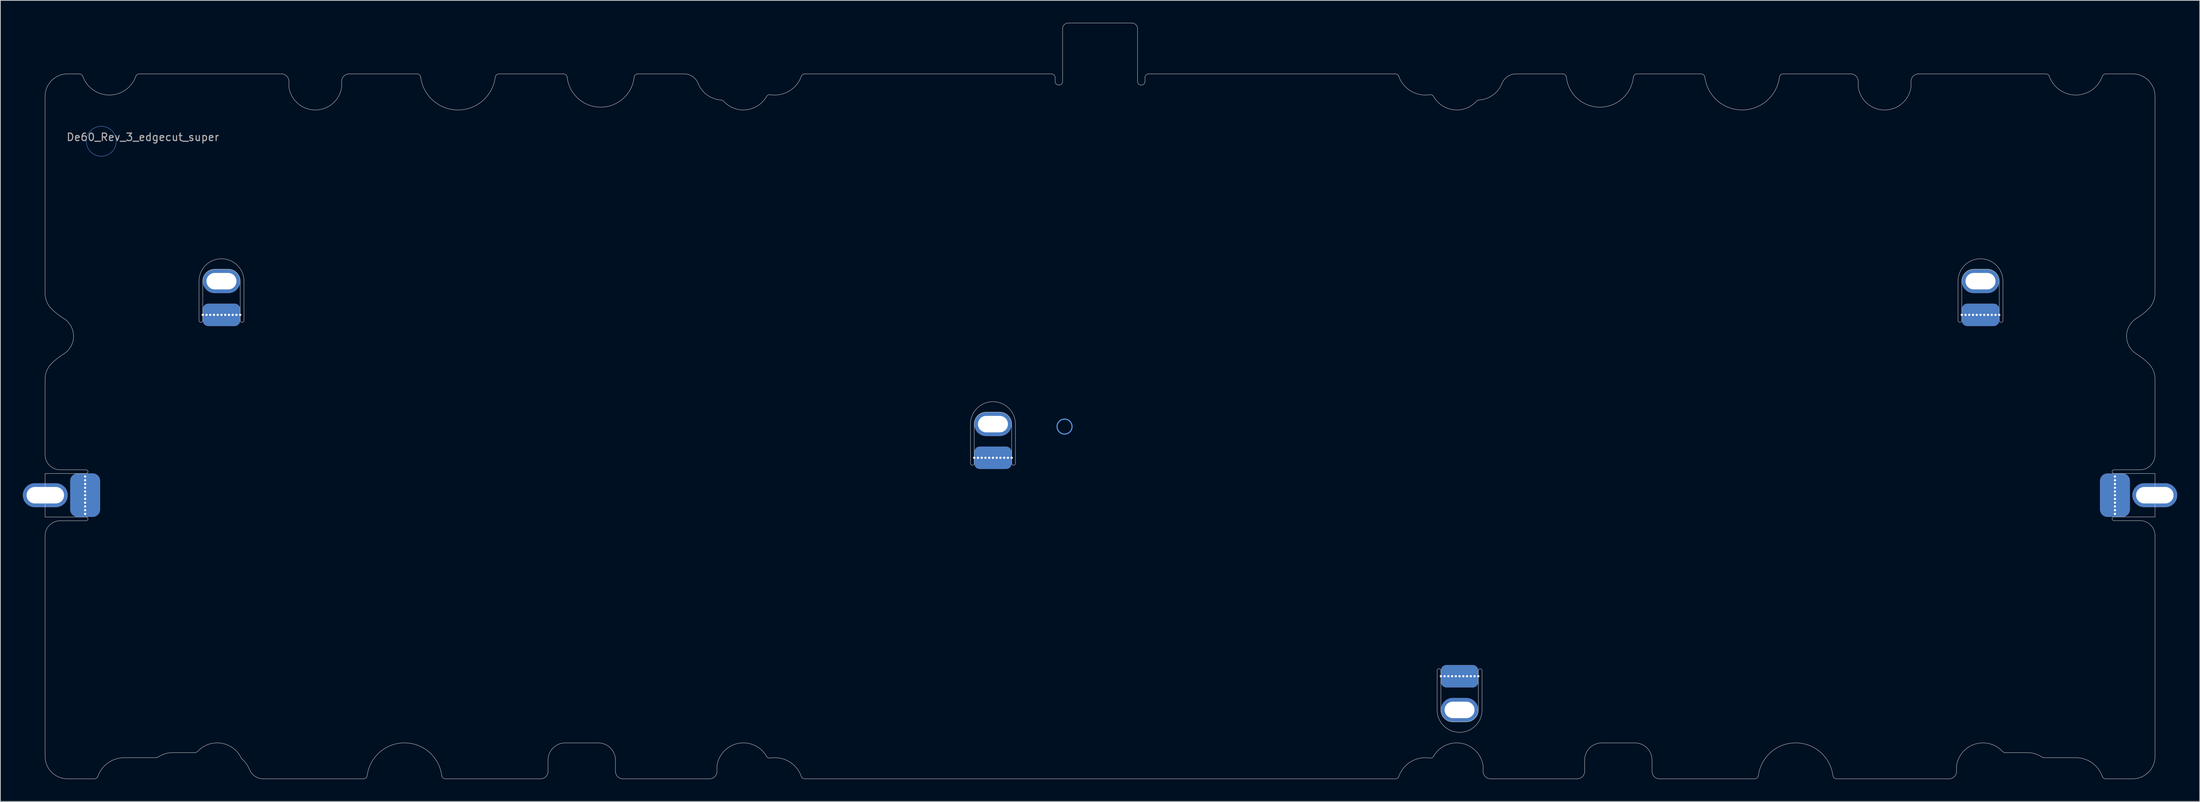
<source format=kicad_pcb>
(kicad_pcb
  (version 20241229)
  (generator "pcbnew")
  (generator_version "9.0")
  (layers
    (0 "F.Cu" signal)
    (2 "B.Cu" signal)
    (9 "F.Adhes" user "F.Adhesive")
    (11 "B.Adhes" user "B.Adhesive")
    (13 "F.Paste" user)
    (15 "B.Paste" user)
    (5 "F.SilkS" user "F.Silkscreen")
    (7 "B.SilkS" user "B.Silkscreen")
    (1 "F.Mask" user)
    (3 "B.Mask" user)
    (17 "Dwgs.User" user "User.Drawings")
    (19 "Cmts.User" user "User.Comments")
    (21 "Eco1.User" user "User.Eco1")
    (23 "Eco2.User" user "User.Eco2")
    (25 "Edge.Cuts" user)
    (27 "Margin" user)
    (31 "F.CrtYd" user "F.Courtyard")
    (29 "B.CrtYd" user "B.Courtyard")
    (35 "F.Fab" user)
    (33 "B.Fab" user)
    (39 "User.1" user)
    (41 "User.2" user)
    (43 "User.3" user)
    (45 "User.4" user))
  (footprint "De60_Rev_3_edgecut_super"
    (layer "F.Cu")
    (at 10.47 15.825)
    (property "Reference" "De60_Rev_3_edgecut_super" (at 5.55 -0.55 0) (unlocked yes) (layer "F.Fab") (effects (font (size 1 1) (thickness 0.15))))
    (fp_circle (center 0 0) (end 2 0) (stroke (width 0.05) (type solid)) (fill no) (layer "Cmts.User"))
    (fp_circle (center 128.61 38.13) (end 129.61 38.13) (stroke (width 0.15) (type default)) (fill no) (layer "Cmts.User"))
    (fp_line (start -7.5 -6) (end -7.5 20.298) (stroke (width 0.05) (type solid)) (layer "Edge.Cuts"))
    (fp_line (start -7.5 31.802) (end -7.5 41.9) (stroke (width 0.05) (type solid)) (layer "Edge.Cuts"))
    (fp_line (start -7.5 44.4) (end -7.5 50.216) (stroke (width 0.05) (type solid)) (layer "Edge.Cuts"))
    (fp_line (start -7.5 52.716) (end -7.5 82.2) (stroke (width 0.05) (type solid)) (layer "Edge.Cuts"))
    (fp_line (start -5.5 43.9) (end -2.025 43.9) (stroke (width 0.05) (type solid)) (layer "Edge.Cuts"))
    (fp_line (start -4.5 -9) (end -2.929 -9) (stroke (width 0.05) (type solid)) (layer "Edge.Cuts"))
    (fp_line (start -2.025 44.4) (end -7.5 44.4) (stroke (width 0.05) (type solid)) (layer "Edge.Cuts"))
    (fp_line (start -2.025 50.216) (end -7.5 50.216) (stroke (width 0.05) (type solid)) (layer "Edge.Cuts"))
    (fp_line (start -2.025 50.716) (end -5.5 50.716) (stroke (width 0.05) (type solid)) (layer "Edge.Cuts"))
    (fp_line (start -0.929 85.2) (end -4.5 85.2) (stroke (width 0.05) (type solid)) (layer "Edge.Cuts"))
    (fp_line (start 5.079 -9) (end 24.053 -9) (stroke (width 0.05) (type solid)) (layer "Edge.Cuts"))
    (fp_line (start 7.31 82.375) (end 3.075 82.375) (stroke (width 0.05) (type solid)) (layer "Edge.Cuts"))
    (fp_line (start 12.499 81.7) (end 9.549 81.7) (stroke (width 0.05) (type solid)) (layer "Edge.Cuts"))
    (fp_line (start 13.05 23.95) (end 13.05 18.703) (stroke (width 0.05) (type default)) (layer "Edge.Cuts"))
    (fp_line (start 13.55 18.7) (end 13.55 23.95) (stroke (width 0.05) (type default)) (layer "Edge.Cuts"))
    (fp_line (start 15.15 17.1) (end 16.95 17.1) (stroke (width 0.05) (type solid)) (layer "Edge.Cuts"))
    (fp_line (start 18.55 23.95) (end 18.55 18.7) (stroke (width 0.05) (type default)) (layer "Edge.Cuts"))
    (fp_line (start 19.05 18.703) (end 19.05 23.95) (stroke (width 0.05) (type default)) (layer "Edge.Cuts"))
    (fp_line (start 25.053 -8) (end 25.053 -7.25) (stroke (width 0.05) (type solid)) (layer "Edge.Cuts"))
    (fp_line (start 32.097 -8) (end 32.097 -7.25) (stroke (width 0.05) (type solid)) (layer "Edge.Cuts"))
    (fp_line (start 33.097 -9) (end 42.151 -9) (stroke (width 0.05) (type solid)) (layer "Edge.Cuts"))
    (fp_line (start 35.009 85.2) (end 21.639 85.2) (stroke (width 0.05) (type solid)) (layer "Edge.Cuts"))
    (fp_line (start 53.099 -9) (end 61.706 -9) (stroke (width 0.05) (type solid)) (layer "Edge.Cuts"))
    (fp_line (start 58.65 85.2) (end 45.953 85.2) (stroke (width 0.05) (type solid)) (layer "Edge.Cuts"))
    (fp_line (start 59.65 82.7) (end 59.65 84.2) (stroke (width 0.05) (type solid)) (layer "Edge.Cuts"))
    (fp_line (start 61.95 80.4) (end 66.35 80.4) (stroke (width 0.05) (type solid)) (layer "Edge.Cuts"))
    (fp_line (start 68.65 82.7) (end 68.65 84.2) (stroke (width 0.05) (type solid)) (layer "Edge.Cuts"))
    (fp_line (start 71.644 -9) (end 77.822 -9) (stroke (width 0.05) (type solid)) (layer "Edge.Cuts"))
    (fp_line (start 81.206 85.2) (end 69.65 85.2) (stroke (width 0.05) (type solid)) (layer "Edge.Cuts"))
    (fp_line (start 82.206 84.2) (end 82.206 83.466) (stroke (width 0.05) (type solid)) (layer "Edge.Cuts"))
    (fp_line (start 93.929 -9) (end 126.85 -9) (stroke (width 0.05) (type solid)) (layer "Edge.Cuts"))
    (fp_line (start 116.05 43.05) (end 116.05 37.803) (stroke (width 0.05) (type default)) (layer "Edge.Cuts"))
    (fp_line (start 116.55 37.8) (end 116.55 43.05) (stroke (width 0.05) (type default)) (layer "Edge.Cuts"))
    (fp_line (start 118.15 36.2) (end 119.95 36.2) (stroke (width 0.05) (type solid)) (layer "Edge.Cuts"))
    (fp_line (start 121.55 43.05) (end 121.55 37.8) (stroke (width 0.05) (type default)) (layer "Edge.Cuts"))
    (fp_line (start 122.05 37.803) (end 122.05 43.05) (stroke (width 0.05) (type default)) (layer "Edge.Cuts"))
    (fp_line (start 127.35 -8) (end 127.35 -8.5) (stroke (width 0.05) (type solid)) (layer "Edge.Cuts"))
    (fp_line (start 128.35 -15.039) (end 128.35 -9) (stroke (width 0.05) (type solid)) (layer "Edge.Cuts"))
    (fp_line (start 128.35 -9) (end 128.35 -8) (stroke (width 0.05) (type solid)) (layer "Edge.Cuts"))
    (fp_line (start 137.589 -15.8) (end 129.111 -15.8) (stroke (width 0.05) (type solid)) (layer "Edge.Cuts"))
    (fp_line (start 138.35 -15.039) (end 138.35 -9) (stroke (width 0.05) (type solid)) (layer "Edge.Cuts"))
    (fp_line (start 138.35 -9) (end 138.35 -8) (stroke (width 0.05) (type solid)) (layer "Edge.Cuts"))
    (fp_line (start 139.35 -8) (end 139.35 -8.5) (stroke (width 0.05) (type solid)) (layer "Edge.Cuts"))
    (fp_line (start 139.85 -9) (end 172.771 -9) (stroke (width 0.05) (type solid)) (layer "Edge.Cuts"))
    (fp_line (start 172.771 85.2) (end 93.929 85.2) (stroke (width 0.05) (type solid)) (layer "Edge.Cuts"))
    (fp_line (start 178.35 75.988) (end 178.35 70.742) (stroke (width 0.05) (type default)) (layer "Edge.Cuts"))
    (fp_line (start 178.85 70.742) (end 178.85 75.991) (stroke (width 0.05) (type default)) (layer "Edge.Cuts"))
    (fp_line (start 182.25 77.591) (end 180.45 77.591) (stroke (width 0.05) (type solid)) (layer "Edge.Cuts"))
    (fp_line (start 183.85 75.991) (end 183.85 70.742) (stroke (width 0.05) (type default)) (layer "Edge.Cuts"))
    (fp_line (start 184.35 70.742) (end 184.35 75.988) (stroke (width 0.05) (type default)) (layer "Edge.Cuts"))
    (fp_line (start 184.493 84.2) (end 184.493 83.466) (stroke (width 0.05) (type solid)) (layer "Edge.Cuts"))
    (fp_line (start 188.878 -9) (end 195.113 -9) (stroke (width 0.05) (type solid)) (layer "Edge.Cuts"))
    (fp_line (start 197.05 85.2) (end 185.493 85.2) (stroke (width 0.05) (type solid)) (layer "Edge.Cuts"))
    (fp_line (start 198.05 82.7) (end 198.05 84.2) (stroke (width 0.05) (type solid)) (layer "Edge.Cuts"))
    (fp_line (start 204.75 80.4) (end 200.35 80.4) (stroke (width 0.05) (type solid)) (layer "Edge.Cuts"))
    (fp_line (start 205.051 -9) (end 213.601 -9) (stroke (width 0.05) (type solid)) (layer "Edge.Cuts"))
    (fp_line (start 207.05 82.7) (end 207.05 84.2) (stroke (width 0.05) (type solid)) (layer "Edge.Cuts"))
    (fp_line (start 220.747 85.2) (end 208.05 85.2) (stroke (width 0.05) (type solid)) (layer "Edge.Cuts"))
    (fp_line (start 224.549 -9) (end 233.577 -9) (stroke (width 0.05) (type solid)) (layer "Edge.Cuts"))
    (fp_line (start 234.577 -8) (end 234.577 -7.25) (stroke (width 0.05) (type solid)) (layer "Edge.Cuts"))
    (fp_line (start 241.621 -8) (end 241.621 -7.25) (stroke (width 0.05) (type solid)) (layer "Edge.Cuts"))
    (fp_line (start 242.621 -9) (end 259.621 -9) (stroke (width 0.05) (type solid)) (layer "Edge.Cuts"))
    (fp_line (start 246.7 85.2) (end 231.691 85.2) (stroke (width 0.05) (type solid)) (layer "Edge.Cuts"))
    (fp_line (start 247.7 84.2) (end 247.7 83.466) (stroke (width 0.05) (type solid)) (layer "Edge.Cuts"))
    (fp_line (start 247.9 23.95) (end 247.9 18.703) (stroke (width 0.05) (type default)) (layer "Edge.Cuts"))
    (fp_line (start 248.4 18.7) (end 248.4 23.95) (stroke (width 0.05) (type default)) (layer "Edge.Cuts"))
    (fp_line (start 250 17.1) (end 251.8 17.1) (stroke (width 0.05) (type solid)) (layer "Edge.Cuts"))
    (fp_line (start 253.4 23.95) (end 253.4 18.7) (stroke (width 0.05) (type default)) (layer "Edge.Cuts"))
    (fp_line (start 253.9 18.703) (end 253.9 23.95) (stroke (width 0.05) (type default)) (layer "Edge.Cuts"))
    (fp_line (start 257.149 81.7) (end 254.201 81.7) (stroke (width 0.05) (type solid)) (layer "Edge.Cuts"))
    (fp_line (start 259.389 82.375) (end 263.625 82.375) (stroke (width 0.05) (type default)) (layer "Edge.Cuts"))
    (fp_line (start 267.629 -9) (end 271.2 -9) (stroke (width 0.05) (type solid)) (layer "Edge.Cuts"))
    (fp_line (start 268.725 43.9) (end 272.2 43.9) (stroke (width 0.05) (type solid)) (layer "Edge.Cuts"))
    (fp_line (start 268.725 44.4) (end 274.2 44.4) (stroke (width 0.05) (type solid)) (layer "Edge.Cuts"))
    (fp_line (start 268.725 50.2) (end 274.2 50.2) (stroke (width 0.05) (type solid)) (layer "Edge.Cuts"))
    (fp_line (start 271.2 85.2) (end 267.629 85.2) (stroke (width 0.05) (type solid)) (layer "Edge.Cuts"))
    (fp_line (start 272.2 50.7) (end 268.725 50.7) (stroke (width 0.05) (type solid)) (layer "Edge.Cuts"))
    (fp_line (start 274.2 -6) (end 274.2 20.298) (stroke (width 0.05) (type solid)) (layer "Edge.Cuts"))
    (fp_line (start 274.2 31.802) (end 274.2 41.9) (stroke (width 0.05) (type solid)) (layer "Edge.Cuts"))
    (fp_line (start 274.2 44.4) (end 274.2 50.2) (stroke (width 0.05) (type solid)) (layer "Edge.Cuts"))
    (fp_line (start 274.2 52.7) (end 274.2 82.2) (stroke (width 0.05) (type solid)) (layer "Edge.Cuts"))
    (fp_arc (start -7.5 -5.999999) (mid -6.62132 -8.121318) (end -4.5 -8.999999) (stroke (width 0.05) (type solid)) (layer "Edge.Cuts"))
    (fp_arc (start -7.5 31.801807) (mid -7.25958 30.625123) (end -6.576923 29.636999) (stroke (width 0.05) (type solid)) (layer "Edge.Cuts"))
    (fp_arc (start -7.5 52.715783) (mid -6.914214 51.301569) (end -5.5 50.715783) (stroke (width 0.05) (type solid)) (layer "Edge.Cuts"))
    (fp_arc (start -6.576923 22.463001) (mid -7.259601 21.474891) (end -7.5 20.298194) (stroke (width 0.05) (type solid)) (layer "Edge.Cuts"))
    (fp_arc (start -6.576923 29.636999) (mid -5.830096 28.991556) (end -5.020325 28.427092) (stroke (width 0.05) (type solid)) (layer "Edge.Cuts"))
    (fp_arc (start -5.5 43.900264) (mid -6.914214 43.314478) (end -7.5 41.900264) (stroke (width 0.05) (type solid)) (layer "Edge.Cuts"))
    (fp_arc (start -5.020325 23.672909) (mid -5.830093 23.108442) (end -6.576923 22.463001) (stroke (width 0.05) (type solid)) (layer "Edge.Cuts"))
    (fp_arc (start -5.020325 23.672909) (mid -3.699998 26.050002) (end -5.020325 28.427092) (stroke (width 0.05) (type solid)) (layer "Edge.Cuts"))
    (fp_arc (start -4.5 85.200002) (mid -6.62132 84.321322) (end -7.5 82.200002) (stroke (width 0.05) (type solid)) (layer "Edge.Cuts"))
    (fp_arc (start -2.92938 -8.999999) (mid -2.641144 -8.908568) (end -2.458339 -8.66769) (stroke (width 0.05) (type solid)) (layer "Edge.Cuts"))
    (fp_arc (start -2.02493 43.900264) (mid -1.84817 43.973495) (end -1.77493 44.150264) (stroke (width 0.05) (type solid)) (layer "Edge.Cuts"))
    (fp_arc (start -2.02493 50.215783) (mid -1.848177 50.289015) (end -1.77493 50.465783) (stroke (width 0.05) (type solid)) (layer "Edge.Cuts"))
    (fp_arc (start -1.77493 44.150264) (mid -1.848156 44.327041) (end -2.02493 44.400264) (stroke (width 0.05) (type solid)) (layer "Edge.Cuts"))
    (fp_arc (start -1.77493 50.465783) (mid -1.848163 50.642547) (end -2.02493 50.715783) (stroke (width 0.05) (type solid)) (layer "Edge.Cuts"))
    (fp_arc (start -0.458313 84.867853) (mid -0.64113 85.108618) (end -0.929297 85.200002) (stroke (width 0.05) (type solid)) (layer "Edge.Cuts"))
    (fp_arc (start -0.458313 84.867853) (mid 0.913097 83.061414) (end 3.074771 82.374997) (stroke (width 0.05) (type solid)) (layer "Edge.Cuts"))
    (fp_arc (start 4.608336 -8.66769) (mid 1.074999 -6.175) (end -2.458339 -8.66769) (stroke (width 0.05) (type solid)) (layer "Edge.Cuts"))
    (fp_arc (start 4.608336 -8.66769) (mid 4.791139 -8.908572) (end 5.079377 -8.999999) (stroke (width 0.05) (type solid)) (layer "Edge.Cuts"))
    (fp_arc (start 7.586237 82.291665) (mid 7.454189 82.353707) (end 7.309853 82.374997) (stroke (width 0.05) (type solid)) (layer "Edge.Cuts"))
    (fp_arc (start 7.586237 82.291665) (mid 8.523772 81.851134) (end 9.548565 81.700004) (stroke (width 0.05) (type solid)) (layer "Edge.Cuts"))
    (fp_arc (start 12.866044 81.539363) (mid 12.699248 81.658096) (end 12.498845 81.700004) (stroke (width 0.05) (type solid)) (layer "Edge.Cuts"))
    (fp_arc (start 12.866044 81.539363) (mid 15.99989 80.43561) (end 18.677433 82.402848) (stroke (width 0.05) (type solid)) (layer "Edge.Cuts"))
    (fp_arc (start 13.050003 18.703272) (mid 16.050002 15.700312) (end 19.05 18.703272) (stroke (width 0.05) (type solid)) (layer "Edge.Cuts"))
    (fp_arc (start 13.550002 18.700312) (mid 14.018614 17.568911) (end 15.150003 17.100311) (stroke (width 0.05) (type solid)) (layer "Edge.Cuts"))
    (fp_arc (start 13.550002 23.949708) (mid 13.300003 24.200312) (end 13.050003 23.949708) (stroke (width 0.05) (type solid)) (layer "Edge.Cuts"))
    (fp_arc (start 16.95 17.100311) (mid 18.081386 17.568939) (end 18.550002 18.700312) (stroke (width 0.05) (type solid)) (layer "Edge.Cuts"))
    (fp_arc (start 18.800818 82.563488) (mid 18.7309 82.489485) (end 18.677433 82.402848) (stroke (width 0.05) (type solid)) (layer "Edge.Cuts"))
    (fp_arc (start 18.800818 82.563488) (mid 19.374102 83.192645) (end 19.781427 83.940026) (stroke (width 0.05) (type solid)) (layer "Edge.Cuts"))
    (fp_arc (start 19.05 23.949708) (mid 18.800001 24.200312) (end 18.550002 23.949708) (stroke (width 0.05) (type solid)) (layer "Edge.Cuts"))
    (fp_arc (start 21.639481 85.200003) (mid 20.516972 84.855321) (end 19.781427 83.940026) (stroke (width 0.05) (type solid)) (layer "Edge.Cuts"))
    (fp_arc (start 24.052993 -8.999999) (mid 24.760055 -8.707088) (end 25.052993 -7.999999) (stroke (width 0.05) (type solid)) (layer "Edge.Cuts"))
    (fp_arc (start 32.097247 -7.999999) (mid 32.390123 -8.707138) (end 33.097247 -8.999999) (stroke (width 0.05) (type solid)) (layer "Edge.Cuts"))
    (fp_arc (start 32.097247 -7.249503) (mid 28.57512 -4.181) (end 25.052993 -7.249503) (stroke (width 0.05) (type solid)) (layer "Edge.Cuts"))
    (fp_arc (start 35.504695 84.764844) (mid 35.338733 85.075742) (end 35.008917 85.200003) (stroke (width 0.05) (type solid)) (layer "Edge.Cuts"))
    (fp_arc (start 35.504695 84.764844) (mid 40.480997 80.397) (end 45.457298 84.764844) (stroke (width 0.05) (type solid)) (layer "Edge.Cuts"))
    (fp_arc (start 42.151013 -8.999999) (mid 42.481407 -8.875302) (end 42.64698 -8.563377) (stroke (width 0.05) (type solid)) (layer "Edge.Cuts"))
    (fp_arc (start 45.953076 85.200003) (mid 45.623214 85.075796) (end 45.457298 84.764844) (stroke (width 0.05) (type solid)) (layer "Edge.Cuts"))
    (fp_arc (start 52.603023 -8.563377) (mid 47.625002 -4.181001) (end 42.64698 -8.563377) (stroke (width 0.05) (type solid)) (layer "Edge.Cuts"))
    (fp_arc (start 52.603023 -8.563377) (mid 52.768592 -8.875304) (end 53.09899 -8.999999) (stroke (width 0.05) (type solid)) (layer "Edge.Cuts"))
    (fp_arc (start 59.65 82.7) (mid 60.323635 81.073606) (end 61.95 80.4) (stroke (width 0.05) (type solid)) (layer "Edge.Cuts"))
    (fp_arc (start 59.65 84.200003) (mid 59.357092 84.907095) (end 58.65 85.200003) (stroke (width 0.05) (type solid)) (layer "Edge.Cuts"))
    (fp_arc (start 61.705971 -8.999999) (mid 62.039274 -8.872669) (end 62.202874 -8.555565) (stroke (width 0.05) (type solid)) (layer "Edge.Cuts"))
    (fp_arc (start 66.35 80.4) (mid 67.976297 81.073675) (end 68.65 82.7) (stroke (width 0.05) (type solid)) (layer "Edge.Cuts"))
    (fp_arc (start 69.65 85.200003) (mid 68.942908 84.907095) (end 68.65 84.200003) (stroke (width 0.05) (type solid)) (layer "Edge.Cuts"))
    (fp_arc (start 71.147125 -8.555565) (mid 66.675 -4.555658) (end 62.202874 -8.555565) (stroke (width 0.05) (type solid)) (layer "Edge.Cuts"))
    (fp_arc (start 71.147125 -8.555565) (mid 71.310712 -8.872658) (end 71.644028 -8.999999) (stroke (width 0.05) (type solid)) (layer "Edge.Cuts"))
    (fp_arc (start 77.822403 -8.999999) (mid 78.944653 -8.655504) (end 79.680219 -7.740621) (stroke (width 0.05) (type solid)) (layer "Edge.Cuts"))
    (fp_arc (start 82.206158 83.465504) (mid 85.048454 80.462597) (end 88.81005 82.179123) (stroke (width 0.05) (type solid)) (layer "Edge.Cuts"))
    (fp_arc (start 82.206158 84.200003) (mid 81.913248 84.90708) (end 81.206158 85.200003) (stroke (width 0.05) (type solid)) (layer "Edge.Cuts"))
    (fp_arc (start 82.754946 -5.509022) (mid 80.894549 -6.179732) (end 79.680219 -7.740621) (stroke (width 0.05) (type solid)) (layer "Edge.Cuts"))
    (fp_arc (start 82.754946 -5.509022) (mid 82.939828 -5.460521) (end 83.093011 -5.3462) (stroke (width 0.05) (type solid)) (layer "Edge.Cuts"))
    (fp_arc (start 88.814746 -5.976712) (mid 86.114661 -4.202393) (end 83.093011 -5.3462) (stroke (width 0.05) (type solid)) (layer "Edge.Cuts"))
    (fp_arc (start 88.814746 -5.976712) (mid 89.033276 -6.180232) (end 89.328825 -6.222847) (stroke (width 0.05) (type solid)) (layer "Edge.Cuts"))
    (fp_arc (start 89.32337 82.423292) (mid 89.028655 82.38123) (end 88.81005 82.179123) (stroke (width 0.05) (type solid)) (layer "Edge.Cuts"))
    (fp_arc (start 89.32337 82.423292) (mid 91.8332 82.897305) (end 93.458309 84.867852) (stroke (width 0.05) (type solid)) (layer "Edge.Cuts"))
    (fp_arc (start 93.45835 -8.667595) (mid 91.835952 -6.698023) (end 89.328825 -6.222847) (stroke (width 0.05) (type solid)) (layer "Edge.Cuts"))
    (fp_arc (start 93.45835 -8.667595) (mid 93.641141 -8.908563) (end 93.929425 -8.999999) (stroke (width 0.05) (type solid)) (layer "Edge.Cuts"))
    (fp_arc (start 93.929293 85.200003) (mid 93.641101 85.108634) (end 93.458309 84.867852) (stroke (width 0.05) (type solid)) (layer "Edge.Cuts"))
    (fp_arc (start 116.050002 37.803272) (mid 119.050001 34.800312) (end 122.049999 37.803272) (stroke (width 0.05) (type solid)) (layer "Edge.Cuts"))
    (fp_arc (start 116.550001 37.800312) (mid 117.018613 36.668911) (end 118.150002 36.200311) (stroke (width 0.05) (type solid)) (layer "Edge.Cuts"))
    (fp_arc (start 116.550001 43.049708) (mid 116.300002 43.300312) (end 116.050002 43.049708) (stroke (width 0.05) (type solid)) (layer "Edge.Cuts"))
    (fp_arc (start 119.949999 36.200311) (mid 121.081385 36.668939) (end 121.550001 37.800312) (stroke (width 0.05) (type solid)) (layer "Edge.Cuts"))
    (fp_arc (start 122.049999 43.049708) (mid 121.8 43.300312) (end 121.550001 43.049708) (stroke (width 0.05) (type solid)) (layer "Edge.Cuts"))
    (fp_arc (start 126.85 -8.999999) (mid 127.203504 -8.853532) (end 127.35 -8.499999) (stroke (width 0.05) (type solid)) (layer "Edge.Cuts"))
    (fp_arc (start 127.85 -7.499999) (mid 127.496397 -7.646425) (end 127.35 -7.999999) (stroke (width 0.05) (type solid)) (layer "Edge.Cuts"))
    (fp_arc (start 128.35 -15.0386) (mid 128.572989 -15.577039) (end 129.1114 -15.8) (stroke (width 0.05) (type solid)) (layer "Edge.Cuts"))
    (fp_arc (start 128.35 -7.999999) (mid 128.203539 -7.646459) (end 127.85 -7.499999) (stroke (width 0.05) (type solid)) (layer "Edge.Cuts"))
    (fp_arc (start 137.5886 -15.8) (mid 138.126942 -15.576971) (end 138.35 -15.0386) (stroke (width 0.05) (type solid)) (layer "Edge.Cuts"))
    (fp_arc (start 138.85 -7.499999) (mid 138.496397 -7.646425) (end 138.35 -7.999999) (stroke (width 0.05) (type solid)) (layer "Edge.Cuts"))
    (fp_arc (start 139.35 -8.499999) (mid 139.496433 -8.853566) (end 139.85 -8.999999) (stroke (width 0.05) (type solid)) (layer "Edge.Cuts"))
    (fp_arc (start 139.35 -7.999999) (mid 139.203539 -7.646459) (end 138.85 -7.499999) (stroke (width 0.05) (type solid)) (layer "Edge.Cuts"))
    (fp_arc (start 172.770575 -8.999999) (mid 173.058827 -8.908518) (end 173.24165 -8.667595) (stroke (width 0.05) (type solid)) (layer "Edge.Cuts"))
    (fp_arc (start 173.241691 84.867852) (mid 173.058855 85.108574) (end 172.770706 85.200003) (stroke (width 0.05) (type solid)) (layer "Edge.Cuts"))
    (fp_arc (start 173.241691 84.867852) (mid 174.866546 82.897389) (end 177.376113 82.423208) (stroke (width 0.05) (type solid)) (layer "Edge.Cuts"))
    (fp_arc (start 177.371951 -6.222972) (mid 174.86436 -6.697778) (end 173.24165 -8.667595) (stroke (width 0.05) (type solid)) (layer "Edge.Cuts"))
    (fp_arc (start 177.371951 -6.222972) (mid 177.667552 -6.18035) (end 177.886143 -5.976837) (stroke (width 0.05) (type solid)) (layer "Edge.Cuts"))
    (fp_arc (start 177.889358 82.17904) (mid 177.670803 82.381129) (end 177.376113 82.423208) (stroke (width 0.05) (type solid)) (layer "Edge.Cuts"))
    (fp_arc (start 177.889358 82.17904) (mid 181.650934 80.462626) (end 184.493202 83.465504) (stroke (width 0.05) (type solid)) (layer "Edge.Cuts"))
    (fp_arc (start 178.350001 70.741608) (mid 178.6 70.491004) (end 178.849999 70.741608) (stroke (width 0.05) (type solid)) (layer "Edge.Cuts"))
    (fp_arc (start 180.450001 77.591005) (mid 179.318615 77.122377) (end 178.849999 75.991004) (stroke (width 0.05) (type solid)) (layer "Edge.Cuts"))
    (fp_arc (start 183.608001 -5.346258) (mid 180.586261 -4.202386) (end 177.886143 -5.976837) (stroke (width 0.05) (type solid)) (layer "Edge.Cuts"))
    (fp_arc (start 183.608001 -5.346258) (mid 183.761124 -5.46057) (end 183.945947 -5.50908) (stroke (width 0.05) (type solid)) (layer "Edge.Cuts"))
    (fp_arc (start 183.849999 70.741608) (mid 184.099998 70.491004) (end 184.349998 70.741608) (stroke (width 0.05) (type solid)) (layer "Edge.Cuts"))
    (fp_arc (start 183.849999 75.991004) (mid 183.381387 77.122405) (end 182.249998 77.591005) (stroke (width 0.05) (type solid)) (layer "Edge.Cuts"))
    (fp_arc (start 184.349998 75.988044) (mid 181.349999 78.991004) (end 178.350001 75.988044) (stroke (width 0.05) (type solid)) (layer "Edge.Cuts"))
    (fp_arc (start 185.493202 85.200003) (mid 184.786109 84.907096) (end 184.493202 84.200003) (stroke (width 0.05) (type solid)) (layer "Edge.Cuts"))
    (fp_arc (start 187.019781 -7.740621) (mid 185.805817 -6.180005) (end 183.945947 -5.50908) (stroke (width 0.05) (type solid)) (layer "Edge.Cuts"))
    (fp_arc (start 187.019781 -7.740621) (mid 187.755372 -8.655484) (end 188.877597 -8.999999) (stroke (width 0.05) (type solid)) (layer "Edge.Cuts"))
    (fp_arc (start 195.113382 -8.999999) (mid 195.446678 -8.872665) (end 195.610285 -8.555565) (stroke (width 0.05) (type solid)) (layer "Edge.Cuts"))
    (fp_arc (start 198.05 82.7) (mid 198.723635 81.073606) (end 200.35 80.4) (stroke (width 0.05) (type solid)) (layer "Edge.Cuts"))
    (fp_arc (start 198.05 84.200003) (mid 197.757092 84.907095) (end 197.05 85.200003) (stroke (width 0.05) (type solid)) (layer "Edge.Cuts"))
    (fp_arc (start 204.554536 -8.555565) (mid 200.082411 -4.555658) (end 195.610285 -8.555565) (stroke (width 0.05) (type solid)) (layer "Edge.Cuts"))
    (fp_arc (start 204.554536 -8.555565) (mid 204.718124 -8.872654) (end 205.051439 -8.999999) (stroke (width 0.05) (type solid)) (layer "Edge.Cuts"))
    (fp_arc (start 204.75 80.4) (mid 206.376297 81.073675) (end 207.05 82.7) (stroke (width 0.05) (type solid)) (layer "Edge.Cuts"))
    (fp_arc (start 208.05 85.200003) (mid 207.342908 84.907095) (end 207.05 84.200003) (stroke (width 0.05) (type solid)) (layer "Edge.Cuts"))
    (fp_arc (start 213.60101 -8.999999) (mid 213.931406 -8.875303) (end 214.096977 -8.563377) (stroke (width 0.05) (type solid)) (layer "Edge.Cuts"))
    (fp_arc (start 221.242702 84.764844) (mid 221.076741 85.075744) (end 220.746924 85.200003) (stroke (width 0.05) (type solid)) (layer "Edge.Cuts"))
    (fp_arc (start 221.242702 84.764844) (mid 226.219004 80.397) (end 231.195305 84.764844) (stroke (width 0.05) (type solid)) (layer "Edge.Cuts"))
    (fp_arc (start 224.05302 -8.563377) (mid 219.074999 -4.181001) (end 214.096977 -8.563377) (stroke (width 0.05) (type solid)) (layer "Edge.Cuts"))
    (fp_arc (start 224.05302 -8.563377) (mid 224.218589 -8.875306) (end 224.548987 -8.999999) (stroke (width 0.05) (type solid)) (layer "Edge.Cuts"))
    (fp_arc (start 231.691083 85.200003) (mid 231.361217 85.075799) (end 231.195305 84.764844) (stroke (width 0.05) (type solid)) (layer "Edge.Cuts"))
    (fp_arc (start 233.576873 -8.999999) (mid 234.283948 -8.707095) (end 234.576873 -7.999999) (stroke (width 0.05) (type solid)) (layer "Edge.Cuts"))
    (fp_arc (start 241.621128 -7.999999) (mid 241.914003 -8.707145) (end 242.621128 -8.999999) (stroke (width 0.05) (type solid)) (layer "Edge.Cuts"))
    (fp_arc (start 241.621128 -7.249503) (mid 238.099001 -4.181001) (end 234.576873 -7.249503) (stroke (width 0.05) (type solid)) (layer "Edge.Cuts"))
    (fp_arc (start 247.699923 83.465504) (mid 250.156814 80.560314) (end 253.833446 81.539504) (stroke (width 0.05) (type solid)) (layer "Edge.Cuts"))
    (fp_arc (start 247.699923 84.200003) (mid 247.40701 84.907068) (end 246.699923 85.200003) (stroke (width 0.05) (type solid)) (layer "Edge.Cuts"))
    (fp_arc (start 247.900003 18.703272) (mid 250.900002 15.700312) (end 253.9 18.703272) (stroke (width 0.05) (type solid)) (layer "Edge.Cuts"))
    (fp_arc (start 248.400002 18.700312) (mid 248.868614 17.568911) (end 250.000003 17.100311) (stroke (width 0.05) (type solid)) (layer "Edge.Cuts"))
    (fp_arc (start 248.400002 23.949708) (mid 248.150003 24.200312) (end 247.900003 23.949708) (stroke (width 0.05) (type solid)) (layer "Edge.Cuts"))
    (fp_arc (start 251.8 17.100311) (mid 252.931386 17.568939) (end 253.400002 18.700312) (stroke (width 0.05) (type solid)) (layer "Edge.Cuts"))
    (fp_arc (start 253.9 23.949708) (mid 253.650001 24.200312) (end 253.400002 23.949708) (stroke (width 0.05) (type solid)) (layer "Edge.Cuts"))
    (fp_arc (start 254.200612 81.700164) (mid 254.000224 81.658236) (end 253.833446 81.539504) (stroke (width 0.05) (type solid)) (layer "Edge.Cuts"))
    (fp_arc (start 257.149119 81.700484) (mid 258.174512 81.851527) (end 259.112791 82.291843) (stroke (width 0.05) (type solid)) (layer "Edge.Cuts"))
    (fp_arc (start 259.388906 82.374997) (mid 259.24473 82.353744) (end 259.112791 82.291843) (stroke (width 0.05) (type solid)) (layer "Edge.Cuts"))
    (fp_arc (start 259.620623 -8.999999) (mid 259.908857 -8.908567) (end 260.091664 -8.66769) (stroke (width 0.05) (type solid)) (layer "Edge.Cuts"))
    (fp_arc (start 263.624994 82.374997) (mid 265.786791 83.061371) (end 267.158311 84.867866) (stroke (width 0.05) (type solid)) (layer "Edge.Cuts"))
    (fp_arc (start 267.158339 -8.66769) (mid 263.625002 -6.175) (end 260.091664 -8.66769) (stroke (width 0.05) (type solid)) (layer "Edge.Cuts"))
    (fp_arc (start 267.158339 -8.66769) (mid 267.341142 -8.908571) (end 267.62938 -8.999999) (stroke (width 0.05) (type solid)) (layer "Edge.Cuts"))
    (fp_arc (start 267.62929 85.200002) (mid 267.341106 85.108637) (end 267.158311 84.867866) (stroke (width 0.05) (type solid)) (layer "Edge.Cuts"))
    (fp_arc (start 268.47493 44.150264) (mid 268.548148 43.973473) (end 268.72493 43.900264) (stroke (width 0.05) (type solid)) (layer "Edge.Cuts"))
    (fp_arc (start 268.47493 50.449736) (mid 268.548158 50.272963) (end 268.72493 50.199736) (stroke (width 0.05) (type solid)) (layer "Edge.Cuts"))
    (fp_arc (start 268.72493 44.400264) (mid 268.548162 44.327034) (end 268.47493 44.150264) (stroke (width 0.05) (type solid)) (layer "Edge.Cuts"))
    (fp_arc (start 268.72493 50.699736) (mid 268.548172 50.626505) (end 268.47493 50.449736) (stroke (width 0.05) (type solid)) (layer "Edge.Cuts"))
    (fp_arc (start 271.2 -8.999999) (mid 273.321271 -8.121299) (end 274.2 -5.999999) (stroke (width 0.05) (type solid)) (layer "Edge.Cuts"))
    (fp_arc (start 271.720325 28.427092) (mid 270.399983 26.049978) (end 271.720325 23.672909) (stroke (width 0.05) (type solid)) (layer "Edge.Cuts"))
    (fp_arc (start 271.720325 28.427092) (mid 272.530095 28.991557) (end 273.276923 29.636999) (stroke (width 0.05) (type solid)) (layer "Edge.Cuts"))
    (fp_arc (start 272.2 50.699736) (mid 273.614187 51.285539) (end 274.2 52.699736) (stroke (width 0.05) (type solid)) (layer "Edge.Cuts"))
    (fp_arc (start 273.276923 22.463001) (mid 272.530096 23.108446) (end 271.720325 23.672909) (stroke (width 0.05) (type solid)) (layer "Edge.Cuts"))
    (fp_arc (start 273.276923 29.636999) (mid 273.959625 30.625104) (end 274.2 31.801807) (stroke (width 0.05) (type solid)) (layer "Edge.Cuts"))
    (fp_arc (start 274.2 20.298194) (mid 273.959582 21.474879) (end 273.276923 22.463001) (stroke (width 0.05) (type solid)) (layer "Edge.Cuts"))
    (fp_arc (start 274.2 41.900264) (mid 273.614213 43.314488) (end 272.2 43.900264) (stroke (width 0.05) (type solid)) (layer "Edge.Cuts"))
    (fp_arc (start 274.2 82.200002) (mid 273.321306 84.321308) (end 271.2 85.200002) (stroke (width 0.05) (type solid)) (layer "Edge.Cuts"))
    (fp_line (start -2.15 49.8) (end -2.15 44.8) (stroke (width 0.12) (type solid)) (layer "User.2"))
    (fp_line (start 13.55 23.2) (end 18.55 23.2) (stroke (width 0.12) (type solid)) (layer "User.2"))
    (fp_line (start 116.55 42.3) (end 121.55 42.3) (stroke (width 0.12) (type solid)) (layer "User.2"))
    (fp_line (start 183.85 71.492) (end 178.85 71.492) (stroke (width 0.12) (type solid)) (layer "User.2"))
    (fp_line (start 248.4 23.2) (end 253.4 23.2) (stroke (width 0.12) (type solid)) (layer "User.2"))
    (fp_line (start 268.85 44.8) (end 268.85 49.8) (stroke (width 0.12) (type solid)) (layer "User.2"))
    (pad "" np_thru_hole circle (at -2.15 44.8 90) (size 0.3 0.3) (drill 0.3) (layers "*.Cu" "*.Mask"))
    (pad "" np_thru_hole circle (at -2.15 45.3 90) (size 0.3 0.3) (drill 0.3) (layers "*.Cu" "*.Mask"))
    (pad "" np_thru_hole circle (at -2.15 45.8 90) (size 0.3 0.3) (drill 0.3) (layers "*.Cu" "*.Mask"))
    (pad "" np_thru_hole circle (at -2.15 46.3 90) (size 0.3 0.3) (drill 0.3) (layers "*.Cu" "*.Mask"))
    (pad "" np_thru_hole circle (at -2.15 46.8 90) (size 0.3 0.3) (drill 0.3) (layers "*.Cu" "*.Mask"))
    (pad "" np_thru_hole circle (at -2.15 47.3 90) (size 0.3 0.3) (drill 0.3) (layers "*.Cu" "*.Mask"))
    (pad "" np_thru_hole circle (at -2.15 47.8 90) (size 0.3 0.3) (drill 0.3) (layers "*.Cu" "*.Mask"))
    (pad "" np_thru_hole circle (at -2.15 48.3 90) (size 0.3 0.3) (drill 0.3) (layers "*.Cu" "*.Mask"))
    (pad "" np_thru_hole circle (at -2.15 48.8 90) (size 0.3 0.3) (drill 0.3) (layers "*.Cu" "*.Mask"))
    (pad "" np_thru_hole circle (at -2.15 49.3 90) (size 0.3 0.3) (drill 0.3) (layers "*.Cu" "*.Mask"))
    (pad "" np_thru_hole circle (at -2.15 49.8 90) (size 0.3 0.3) (drill 0.3) (layers "*.Cu" "*.Mask"))
    (pad "" np_thru_hole circle (at 13.55 23.2) (size 0.3 0.3) (drill 0.3) (layers "*.Cu" "*.Mask"))
    (pad "" np_thru_hole circle (at 14.05 23.2) (size 0.3 0.3) (drill 0.3) (layers "*.Cu" "*.Mask"))
    (pad "" np_thru_hole circle (at 14.55 23.2) (size 0.3 0.3) (drill 0.3) (layers "*.Cu" "*.Mask"))
    (pad "" np_thru_hole circle (at 15.05 23.2) (size 0.3 0.3) (drill 0.3) (layers "*.Cu" "*.Mask"))
    (pad "" np_thru_hole circle (at 15.55 23.2) (size 0.3 0.3) (drill 0.3) (layers "*.Cu" "*.Mask"))
    (pad "" np_thru_hole circle (at 16.05 23.2) (size 0.3 0.3) (drill 0.3) (layers "*.Cu" "*.Mask"))
    (pad "" np_thru_hole circle (at 16.55 23.2) (size 0.3 0.3) (drill 0.3) (layers "*.Cu" "*.Mask"))
    (pad "" np_thru_hole circle (at 17.05 23.2) (size 0.3 0.3) (drill 0.3) (layers "*.Cu" "*.Mask"))
    (pad "" np_thru_hole circle (at 17.55 23.2) (size 0.3 0.3) (drill 0.3) (layers "*.Cu" "*.Mask"))
    (pad "" np_thru_hole circle (at 18.05 23.2) (size 0.3 0.3) (drill 0.3) (layers "*.Cu" "*.Mask"))
    (pad "" np_thru_hole circle (at 18.55 23.2) (size 0.3 0.3) (drill 0.3) (layers "*.Cu" "*.Mask"))
    (pad "" np_thru_hole circle (at 116.55 42.3) (size 0.3 0.3) (drill 0.3) (layers "*.Cu" "*.Mask"))
    (pad "" np_thru_hole circle (at 117.05 42.3) (size 0.3 0.3) (drill 0.3) (layers "*.Cu" "*.Mask"))
    (pad "" np_thru_hole circle (at 117.55 42.3) (size 0.3 0.3) (drill 0.3) (layers "*.Cu" "*.Mask"))
    (pad "" np_thru_hole circle (at 118.05 42.3) (size 0.3 0.3) (drill 0.3) (layers "*.Cu" "*.Mask"))
    (pad "" np_thru_hole circle (at 118.55 42.3) (size 0.3 0.3) (drill 0.3) (layers "*.Cu" "*.Mask"))
    (pad "" np_thru_hole circle (at 119.05 42.3) (size 0.3 0.3) (drill 0.3) (layers "*.Cu" "*.Mask"))
    (pad "" np_thru_hole circle (at 119.55 42.3) (size 0.3 0.3) (drill 0.3) (layers "*.Cu" "*.Mask"))
    (pad "" np_thru_hole circle (at 120.05 42.3) (size 0.3 0.3) (drill 0.3) (layers "*.Cu" "*.Mask"))
    (pad "" np_thru_hole circle (at 120.55 42.3) (size 0.3 0.3) (drill 0.3) (layers "*.Cu" "*.Mask"))
    (pad "" np_thru_hole circle (at 121.05 42.3) (size 0.3 0.3) (drill 0.3) (layers "*.Cu" "*.Mask"))
    (pad "" np_thru_hole circle (at 121.55 42.3) (size 0.3 0.3) (drill 0.3) (layers "*.Cu" "*.Mask"))
    (pad "" np_thru_hole circle (at 178.85 71.492 180) (size 0.3 0.3) (drill 0.3) (layers "*.Cu" "*.Mask"))
    (pad "" np_thru_hole circle (at 179.35 71.492 180) (size 0.3 0.3) (drill 0.3) (layers "*.Cu" "*.Mask"))
    (pad "" np_thru_hole circle (at 179.85 71.492 180) (size 0.3 0.3) (drill 0.3) (layers "*.Cu" "*.Mask"))
    (pad "" np_thru_hole circle (at 180.35 71.492 180) (size 0.3 0.3) (drill 0.3) (layers "*.Cu" "*.Mask"))
    (pad "" np_thru_hole circle (at 180.85 71.492 180) (size 0.3 0.3) (drill 0.3) (layers "*.Cu" "*.Mask"))
    (pad "" np_thru_hole circle (at 181.35 71.492 180) (size 0.3 0.3) (drill 0.3) (layers "*.Cu" "*.Mask"))
    (pad "" np_thru_hole circle (at 181.85 71.492 180) (size 0.3 0.3) (drill 0.3) (layers "*.Cu" "*.Mask"))
    (pad "" np_thru_hole circle (at 182.35 71.492 180) (size 0.3 0.3) (drill 0.3) (layers "*.Cu" "*.Mask"))
    (pad "" np_thru_hole circle (at 182.85 71.492 180) (size 0.3 0.3) (drill 0.3) (layers "*.Cu" "*.Mask"))
    (pad "" np_thru_hole circle (at 183.35 71.492 180) (size 0.3 0.3) (drill 0.3) (layers "*.Cu" "*.Mask"))
    (pad "" np_thru_hole circle (at 183.85 71.492 180) (size 0.3 0.3) (drill 0.3) (layers "*.Cu" "*.Mask"))
    (pad "" np_thru_hole circle (at 248.4 23.2) (size 0.3 0.3) (drill 0.3) (layers "*.Cu" "*.Mask"))
    (pad "" np_thru_hole circle (at 248.9 23.2) (size 0.3 0.3) (drill 0.3) (layers "*.Cu" "*.Mask"))
    (pad "" np_thru_hole circle (at 249.4 23.2) (size 0.3 0.3) (drill 0.3) (layers "*.Cu" "*.Mask"))
    (pad "" np_thru_hole circle (at 249.9 23.2) (size 0.3 0.3) (drill 0.3) (layers "*.Cu" "*.Mask"))
    (pad "" np_thru_hole circle (at 250.4 23.2) (size 0.3 0.3) (drill 0.3) (layers "*.Cu" "*.Mask"))
    (pad "" np_thru_hole circle (at 250.9 23.2) (size 0.3 0.3) (drill 0.3) (layers "*.Cu" "*.Mask"))
    (pad "" np_thru_hole circle (at 251.4 23.2) (size 0.3 0.3) (drill 0.3) (layers "*.Cu" "*.Mask"))
    (pad "" np_thru_hole circle (at 251.9 23.2) (size 0.3 0.3) (drill 0.3) (layers "*.Cu" "*.Mask"))
    (pad "" np_thru_hole circle (at 252.4 23.2) (size 0.3 0.3) (drill 0.3) (layers "*.Cu" "*.Mask"))
    (pad "" np_thru_hole circle (at 252.9 23.2) (size 0.3 0.3) (drill 0.3) (layers "*.Cu" "*.Mask"))
    (pad "" np_thru_hole circle (at 253.4 23.2) (size 0.3 0.3) (drill 0.3) (layers "*.Cu" "*.Mask"))
    (pad "" np_thru_hole circle (at 268.85 44.8 270) (size 0.3 0.3) (drill 0.3) (layers "*.Cu" "*.Mask"))
    (pad "" np_thru_hole circle (at 268.85 45.3 270) (size 0.3 0.3) (drill 0.3) (layers "*.Cu" "*.Mask"))
    (pad "" np_thru_hole circle (at 268.85 45.8 270) (size 0.3 0.3) (drill 0.3) (layers "*.Cu" "*.Mask"))
    (pad "" np_thru_hole circle (at 268.85 46.3 270) (size 0.3 0.3) (drill 0.3) (layers "*.Cu" "*.Mask"))
    (pad "" np_thru_hole circle (at 268.85 46.8 270) (size 0.3 0.3) (drill 0.3) (layers "*.Cu" "*.Mask"))
    (pad "" np_thru_hole circle (at 268.85 47.3 270) (size 0.3 0.3) (drill 0.3) (layers "*.Cu" "*.Mask"))
    (pad "" np_thru_hole circle (at 268.85 47.8 270) (size 0.3 0.3) (drill 0.3) (layers "*.Cu" "*.Mask"))
    (pad "" np_thru_hole circle (at 268.85 48.3 270) (size 0.3 0.3) (drill 0.3) (layers "*.Cu" "*.Mask"))
    (pad "" np_thru_hole circle (at 268.85 48.8 270) (size 0.3 0.3) (drill 0.3) (layers "*.Cu" "*.Mask"))
    (pad "" np_thru_hole circle (at 268.85 49.3 270) (size 0.3 0.3) (drill 0.3) (layers "*.Cu" "*.Mask"))
    (pad "" np_thru_hole circle (at 268.85 49.8 270) (size 0.3 0.3) (drill 0.3) (layers "*.Cu" "*.Mask"))
    (pad "MP" thru_hole oval (at -7.47 47.3 180) (size 6 3.2) (drill oval 5 2.2) (layers "*.Cu" "*.Mask"))
    (pad "MP" thru_hole oval (at 16.05 18.7) (size 5 3.2) (drill oval 4 2.2) (layers "*.Cu" "*.Mask"))
    (pad "MP" thru_hole oval (at 119.05 37.8) (size 5 3.2) (drill oval 4 2.2) (layers "*.Cu" "*.Mask"))
    (pad "MP" thru_hole oval (at 181.35 75.991 180) (size 5 3.2) (drill oval 4 2.2) (layers "*.Cu" "*.Mask"))
    (pad "MP" thru_hole oval (at 250.9 18.7) (size 5 3.2) (drill oval 4 2.2) (layers "*.Cu" "*.Mask"))
    (pad "MP" thru_hole oval (at 274.17 47.3) (size 6 3.2) (drill oval 5 2.2) (layers "*.Cu" "*.Mask"))
    (pad "MP0" smd roundrect (at -2.15 47.293 270) (size 5.816 4) (layers "F.Cu" "F.Mask") (roundrect_rratio 0.25))
    (pad "MP0" smd roundrect (at -2.15 47.293 90) (size 5.816 4) (layers "B.Cu" "B.Mask") (roundrect_rratio 0.25))
    (pad "MP0" smd roundrect (at 16.05 23.2) (size 5 3) (layers "F.Cu" "F.Mask") (roundrect_rratio 0.25))
    (pad "MP0" smd roundrect (at 16.05 23.2) (size 5 3) (layers "B.Cu" "B.Mask") (roundrect_rratio 0.25))
    (pad "MP0" smd roundrect (at 119.05 42.3) (size 5 3) (layers "F.Cu" "F.Mask") (roundrect_rratio 0.25))
    (pad "MP0" smd roundrect (at 119.05 42.3) (size 5 3) (layers "B.Cu" "B.Mask") (roundrect_rratio 0.25))
    (pad "MP0" smd roundrect (at 181.35 71.492 180) (size 5 3) (layers "F.Cu" "F.Mask") (roundrect_rratio 0.25))
    (pad "MP0" smd roundrect (at 181.35 71.492 180) (size 5 3) (layers "B.Cu" "B.Mask") (roundrect_rratio 0.25))
    (pad "MP0" smd roundrect (at 250.9 23.2) (size 5 3) (layers "F.Cu" "F.Mask") (roundrect_rratio 0.25))
    (pad "MP0" smd roundrect (at 250.9 23.2) (size 5 3) (layers "B.Cu" "B.Mask") (roundrect_rratio 0.25))
    (pad "MP0" smd roundrect (at 268.85 47.293 270) (size 5.816 4) (layers "F.Cu" "F.Mask") (roundrect_rratio 0.25))
    (pad "MP0" smd roundrect (at 268.85 47.293 90) (size 5.816 4) (layers "B.Cu" "B.Mask") (roundrect_rratio 0.25)))
  (gr_rect
    (start -3 -3)
    (end 290.64 104.05)
    (stroke (width 0.1) (type default))
    (fill no)
    (layer "Edge.Cuts")))
</source>
